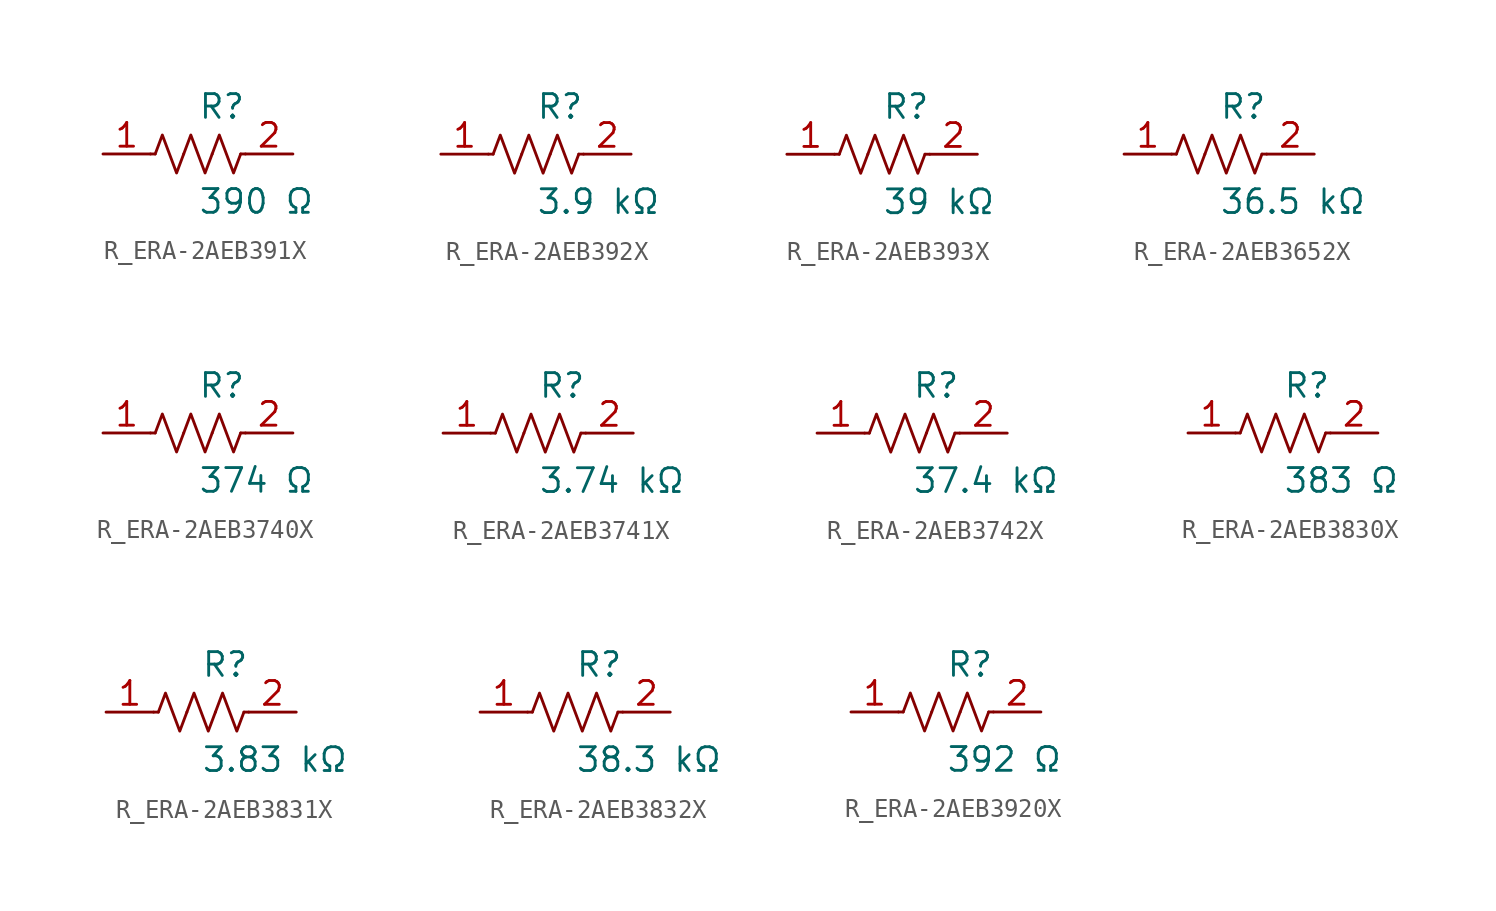
<source format=kicad_sym>
(kicad_symbol_lib
  (version 20231120)
  (generator kicad_symbol_editor)
  (generator_version 8.0)
  (symbol "R_ERA-2AEB391X"
    (pin_names
      (offset 0.254))
    (property "Reference" "R"
      (at 0.0 2.54 0)
      (effects (font (size 1.27 1.27)) (justify left)))
    (property "Value" "390 Ω"
      (at 0.0 -2.54 0)
      (effects (font (size 1.27 1.27)) (justify left)))
    (symbol "R_ERA-2AEB391X_0_1"
      (polyline (pts (xy 2.286 0) (xy 2.54 0)) (stroke (width 0) (type default)) (fill (type none)))
      (polyline (pts (xy -2.286 0) (xy -2.54 0)) (stroke (width 0) (type default)) (fill (type none)))
      (polyline (pts (xy 0.762 0) (xy 1.143 1.016) (xy 1.524 0) (xy 1.905 -1.016) (xy 2.286 0)) (stroke (width 0) (type default)) (fill (type none)))
      (polyline (pts (xy -0.762 0) (xy -0.381 1.016) (xy 0 0) (xy 0.381 -1.016) (xy 0.762 0)) (stroke (width 0) (type default)) (fill (type none)))
      (polyline (pts (xy -2.286 0) (xy -1.905 1.016) (xy -1.524 0) (xy -1.143 -1.016) (xy -0.762 0)) (stroke (width 0) (type default)) (fill (type none))))
    (pin unspecified line
      (at -5.08 0 0)
      (length 2.54)
      (name "" (effects (font (size 1.27 1.27))))
      (number "1" (effects (font (size 1.27 1.27)))))
    (pin unspecified line
      (at 5.08 0 180)
      (length 2.54)
      (name "" (effects (font (size 1.27 1.27))))
      (number "2" (effects (font (size 1.27 1.27))))))
  (symbol "R_ERA-2AEB392X"
    (pin_names
      (offset 0.254))
    (property "Reference" "R"
      (at 0.0 2.54 0)
      (effects (font (size 1.27 1.27)) (justify left)))
    (property "Value" "3.9 kΩ"
      (at 0.0 -2.54 0)
      (effects (font (size 1.27 1.27)) (justify left)))
    (symbol "R_ERA-2AEB392X_0_1"
      (polyline (pts (xy 2.286 0) (xy 2.54 0)) (stroke (width 0) (type default)) (fill (type none)))
      (polyline (pts (xy -2.286 0) (xy -2.54 0)) (stroke (width 0) (type default)) (fill (type none)))
      (polyline (pts (xy 0.762 0) (xy 1.143 1.016) (xy 1.524 0) (xy 1.905 -1.016) (xy 2.286 0)) (stroke (width 0) (type default)) (fill (type none)))
      (polyline (pts (xy -0.762 0) (xy -0.381 1.016) (xy 0 0) (xy 0.381 -1.016) (xy 0.762 0)) (stroke (width 0) (type default)) (fill (type none)))
      (polyline (pts (xy -2.286 0) (xy -1.905 1.016) (xy -1.524 0) (xy -1.143 -1.016) (xy -0.762 0)) (stroke (width 0) (type default)) (fill (type none))))
    (pin unspecified line
      (at -5.08 0 0)
      (length 2.54)
      (name "" (effects (font (size 1.27 1.27))))
      (number "1" (effects (font (size 1.27 1.27)))))
    (pin unspecified line
      (at 5.08 0 180)
      (length 2.54)
      (name "" (effects (font (size 1.27 1.27))))
      (number "2" (effects (font (size 1.27 1.27))))))
  (symbol "R_ERA-2AEB393X"
    (pin_names
      (offset 0.254))
    (property "Reference" "R"
      (at 0.0 2.54 0)
      (effects (font (size 1.27 1.27)) (justify left)))
    (property "Value" "39 kΩ"
      (at 0.0 -2.54 0)
      (effects (font (size 1.27 1.27)) (justify left)))
    (symbol "R_ERA-2AEB393X_0_1"
      (polyline (pts (xy 2.286 0) (xy 2.54 0)) (stroke (width 0) (type default)) (fill (type none)))
      (polyline (pts (xy -2.286 0) (xy -2.54 0)) (stroke (width 0) (type default)) (fill (type none)))
      (polyline (pts (xy 0.762 0) (xy 1.143 1.016) (xy 1.524 0) (xy 1.905 -1.016) (xy 2.286 0)) (stroke (width 0) (type default)) (fill (type none)))
      (polyline (pts (xy -0.762 0) (xy -0.381 1.016) (xy 0 0) (xy 0.381 -1.016) (xy 0.762 0)) (stroke (width 0) (type default)) (fill (type none)))
      (polyline (pts (xy -2.286 0) (xy -1.905 1.016) (xy -1.524 0) (xy -1.143 -1.016) (xy -0.762 0)) (stroke (width 0) (type default)) (fill (type none))))
    (pin unspecified line
      (at -5.08 0 0)
      (length 2.54)
      (name "" (effects (font (size 1.27 1.27))))
      (number "1" (effects (font (size 1.27 1.27)))))
    (pin unspecified line
      (at 5.08 0 180)
      (length 2.54)
      (name "" (effects (font (size 1.27 1.27))))
      (number "2" (effects (font (size 1.27 1.27))))))
  (symbol "R_ERA-2AEB3652X"
    (pin_names
      (offset 0.254))
    (property "Reference" "R"
      (at 0.0 2.54 0)
      (effects (font (size 1.27 1.27)) (justify left)))
    (property "Value" "36.5 kΩ"
      (at 0.0 -2.54 0)
      (effects (font (size 1.27 1.27)) (justify left)))
    (symbol "R_ERA-2AEB3652X_0_1"
      (polyline (pts (xy 2.286 0) (xy 2.54 0)) (stroke (width 0) (type default)) (fill (type none)))
      (polyline (pts (xy -2.286 0) (xy -2.54 0)) (stroke (width 0) (type default)) (fill (type none)))
      (polyline (pts (xy 0.762 0) (xy 1.143 1.016) (xy 1.524 0) (xy 1.905 -1.016) (xy 2.286 0)) (stroke (width 0) (type default)) (fill (type none)))
      (polyline (pts (xy -0.762 0) (xy -0.381 1.016) (xy 0 0) (xy 0.381 -1.016) (xy 0.762 0)) (stroke (width 0) (type default)) (fill (type none)))
      (polyline (pts (xy -2.286 0) (xy -1.905 1.016) (xy -1.524 0) (xy -1.143 -1.016) (xy -0.762 0)) (stroke (width 0) (type default)) (fill (type none))))
    (pin unspecified line
      (at -5.08 0 0)
      (length 2.54)
      (name "" (effects (font (size 1.27 1.27))))
      (number "1" (effects (font (size 1.27 1.27)))))
    (pin unspecified line
      (at 5.08 0 180)
      (length 2.54)
      (name "" (effects (font (size 1.27 1.27))))
      (number "2" (effects (font (size 1.27 1.27))))))
  (symbol "R_ERA-2AEB3740X"
    (pin_names
      (offset 0.254))
    (property "Reference" "R"
      (at 0.0 2.54 0)
      (effects (font (size 1.27 1.27)) (justify left)))
    (property "Value" "374 Ω"
      (at 0.0 -2.54 0)
      (effects (font (size 1.27 1.27)) (justify left)))
    (symbol "R_ERA-2AEB3740X_0_1"
      (polyline (pts (xy 2.286 0) (xy 2.54 0)) (stroke (width 0) (type default)) (fill (type none)))
      (polyline (pts (xy -2.286 0) (xy -2.54 0)) (stroke (width 0) (type default)) (fill (type none)))
      (polyline (pts (xy 0.762 0) (xy 1.143 1.016) (xy 1.524 0) (xy 1.905 -1.016) (xy 2.286 0)) (stroke (width 0) (type default)) (fill (type none)))
      (polyline (pts (xy -0.762 0) (xy -0.381 1.016) (xy 0 0) (xy 0.381 -1.016) (xy 0.762 0)) (stroke (width 0) (type default)) (fill (type none)))
      (polyline (pts (xy -2.286 0) (xy -1.905 1.016) (xy -1.524 0) (xy -1.143 -1.016) (xy -0.762 0)) (stroke (width 0) (type default)) (fill (type none))))
    (pin unspecified line
      (at -5.08 0 0)
      (length 2.54)
      (name "" (effects (font (size 1.27 1.27))))
      (number "1" (effects (font (size 1.27 1.27)))))
    (pin unspecified line
      (at 5.08 0 180)
      (length 2.54)
      (name "" (effects (font (size 1.27 1.27))))
      (number "2" (effects (font (size 1.27 1.27))))))
  (symbol "R_ERA-2AEB3741X"
    (pin_names
      (offset 0.254))
    (property "Reference" "R"
      (at 0.0 2.54 0)
      (effects (font (size 1.27 1.27)) (justify left)))
    (property "Value" "3.74 kΩ"
      (at 0.0 -2.54 0)
      (effects (font (size 1.27 1.27)) (justify left)))
    (symbol "R_ERA-2AEB3741X_0_1"
      (polyline (pts (xy 2.286 0) (xy 2.54 0)) (stroke (width 0) (type default)) (fill (type none)))
      (polyline (pts (xy -2.286 0) (xy -2.54 0)) (stroke (width 0) (type default)) (fill (type none)))
      (polyline (pts (xy 0.762 0) (xy 1.143 1.016) (xy 1.524 0) (xy 1.905 -1.016) (xy 2.286 0)) (stroke (width 0) (type default)) (fill (type none)))
      (polyline (pts (xy -0.762 0) (xy -0.381 1.016) (xy 0 0) (xy 0.381 -1.016) (xy 0.762 0)) (stroke (width 0) (type default)) (fill (type none)))
      (polyline (pts (xy -2.286 0) (xy -1.905 1.016) (xy -1.524 0) (xy -1.143 -1.016) (xy -0.762 0)) (stroke (width 0) (type default)) (fill (type none))))
    (pin unspecified line
      (at -5.08 0 0)
      (length 2.54)
      (name "" (effects (font (size 1.27 1.27))))
      (number "1" (effects (font (size 1.27 1.27)))))
    (pin unspecified line
      (at 5.08 0 180)
      (length 2.54)
      (name "" (effects (font (size 1.27 1.27))))
      (number "2" (effects (font (size 1.27 1.27))))))
  (symbol "R_ERA-2AEB3742X"
    (pin_names
      (offset 0.254))
    (property "Reference" "R"
      (at 0.0 2.54 0)
      (effects (font (size 1.27 1.27)) (justify left)))
    (property "Value" "37.4 kΩ"
      (at 0.0 -2.54 0)
      (effects (font (size 1.27 1.27)) (justify left)))
    (symbol "R_ERA-2AEB3742X_0_1"
      (polyline (pts (xy 2.286 0) (xy 2.54 0)) (stroke (width 0) (type default)) (fill (type none)))
      (polyline (pts (xy -2.286 0) (xy -2.54 0)) (stroke (width 0) (type default)) (fill (type none)))
      (polyline (pts (xy 0.762 0) (xy 1.143 1.016) (xy 1.524 0) (xy 1.905 -1.016) (xy 2.286 0)) (stroke (width 0) (type default)) (fill (type none)))
      (polyline (pts (xy -0.762 0) (xy -0.381 1.016) (xy 0 0) (xy 0.381 -1.016) (xy 0.762 0)) (stroke (width 0) (type default)) (fill (type none)))
      (polyline (pts (xy -2.286 0) (xy -1.905 1.016) (xy -1.524 0) (xy -1.143 -1.016) (xy -0.762 0)) (stroke (width 0) (type default)) (fill (type none))))
    (pin unspecified line
      (at -5.08 0 0)
      (length 2.54)
      (name "" (effects (font (size 1.27 1.27))))
      (number "1" (effects (font (size 1.27 1.27)))))
    (pin unspecified line
      (at 5.08 0 180)
      (length 2.54)
      (name "" (effects (font (size 1.27 1.27))))
      (number "2" (effects (font (size 1.27 1.27))))))
  (symbol "R_ERA-2AEB3830X"
    (pin_names
      (offset 0.254))
    (property "Reference" "R"
      (at 0.0 2.54 0)
      (effects (font (size 1.27 1.27)) (justify left)))
    (property "Value" "383 Ω"
      (at 0.0 -2.54 0)
      (effects (font (size 1.27 1.27)) (justify left)))
    (symbol "R_ERA-2AEB3830X_0_1"
      (polyline (pts (xy 2.286 0) (xy 2.54 0)) (stroke (width 0) (type default)) (fill (type none)))
      (polyline (pts (xy -2.286 0) (xy -2.54 0)) (stroke (width 0) (type default)) (fill (type none)))
      (polyline (pts (xy 0.762 0) (xy 1.143 1.016) (xy 1.524 0) (xy 1.905 -1.016) (xy 2.286 0)) (stroke (width 0) (type default)) (fill (type none)))
      (polyline (pts (xy -0.762 0) (xy -0.381 1.016) (xy 0 0) (xy 0.381 -1.016) (xy 0.762 0)) (stroke (width 0) (type default)) (fill (type none)))
      (polyline (pts (xy -2.286 0) (xy -1.905 1.016) (xy -1.524 0) (xy -1.143 -1.016) (xy -0.762 0)) (stroke (width 0) (type default)) (fill (type none))))
    (pin unspecified line
      (at -5.08 0 0)
      (length 2.54)
      (name "" (effects (font (size 1.27 1.27))))
      (number "1" (effects (font (size 1.27 1.27)))))
    (pin unspecified line
      (at 5.08 0 180)
      (length 2.54)
      (name "" (effects (font (size 1.27 1.27))))
      (number "2" (effects (font (size 1.27 1.27))))))
  (symbol "R_ERA-2AEB3831X"
    (pin_names
      (offset 0.254))
    (property "Reference" "R"
      (at 0.0 2.54 0)
      (effects (font (size 1.27 1.27)) (justify left)))
    (property "Value" "3.83 kΩ"
      (at 0.0 -2.54 0)
      (effects (font (size 1.27 1.27)) (justify left)))
    (symbol "R_ERA-2AEB3831X_0_1"
      (polyline (pts (xy 2.286 0) (xy 2.54 0)) (stroke (width 0) (type default)) (fill (type none)))
      (polyline (pts (xy -2.286 0) (xy -2.54 0)) (stroke (width 0) (type default)) (fill (type none)))
      (polyline (pts (xy 0.762 0) (xy 1.143 1.016) (xy 1.524 0) (xy 1.905 -1.016) (xy 2.286 0)) (stroke (width 0) (type default)) (fill (type none)))
      (polyline (pts (xy -0.762 0) (xy -0.381 1.016) (xy 0 0) (xy 0.381 -1.016) (xy 0.762 0)) (stroke (width 0) (type default)) (fill (type none)))
      (polyline (pts (xy -2.286 0) (xy -1.905 1.016) (xy -1.524 0) (xy -1.143 -1.016) (xy -0.762 0)) (stroke (width 0) (type default)) (fill (type none))))
    (pin unspecified line
      (at -5.08 0 0)
      (length 2.54)
      (name "" (effects (font (size 1.27 1.27))))
      (number "1" (effects (font (size 1.27 1.27)))))
    (pin unspecified line
      (at 5.08 0 180)
      (length 2.54)
      (name "" (effects (font (size 1.27 1.27))))
      (number "2" (effects (font (size 1.27 1.27))))))
  (symbol "R_ERA-2AEB3832X"
    (pin_names
      (offset 0.254))
    (property "Reference" "R"
      (at 0.0 2.54 0)
      (effects (font (size 1.27 1.27)) (justify left)))
    (property "Value" "38.3 kΩ"
      (at 0.0 -2.54 0)
      (effects (font (size 1.27 1.27)) (justify left)))
    (symbol "R_ERA-2AEB3832X_0_1"
      (polyline (pts (xy 2.286 0) (xy 2.54 0)) (stroke (width 0) (type default)) (fill (type none)))
      (polyline (pts (xy -2.286 0) (xy -2.54 0)) (stroke (width 0) (type default)) (fill (type none)))
      (polyline (pts (xy 0.762 0) (xy 1.143 1.016) (xy 1.524 0) (xy 1.905 -1.016) (xy 2.286 0)) (stroke (width 0) (type default)) (fill (type none)))
      (polyline (pts (xy -0.762 0) (xy -0.381 1.016) (xy 0 0) (xy 0.381 -1.016) (xy 0.762 0)) (stroke (width 0) (type default)) (fill (type none)))
      (polyline (pts (xy -2.286 0) (xy -1.905 1.016) (xy -1.524 0) (xy -1.143 -1.016) (xy -0.762 0)) (stroke (width 0) (type default)) (fill (type none))))
    (pin unspecified line
      (at -5.08 0 0)
      (length 2.54)
      (name "" (effects (font (size 1.27 1.27))))
      (number "1" (effects (font (size 1.27 1.27)))))
    (pin unspecified line
      (at 5.08 0 180)
      (length 2.54)
      (name "" (effects (font (size 1.27 1.27))))
      (number "2" (effects (font (size 1.27 1.27))))))
  (symbol "R_ERA-2AEB3920X"
    (pin_names
      (offset 0.254))
    (property "Reference" "R"
      (at 0.0 2.54 0)
      (effects (font (size 1.27 1.27)) (justify left)))
    (property "Value" "392 Ω"
      (at 0.0 -2.54 0)
      (effects (font (size 1.27 1.27)) (justify left)))
    (symbol "R_ERA-2AEB3920X_0_1"
      (polyline (pts (xy 2.286 0) (xy 2.54 0)) (stroke (width 0) (type default)) (fill (type none)))
      (polyline (pts (xy -2.286 0) (xy -2.54 0)) (stroke (width 0) (type default)) (fill (type none)))
      (polyline (pts (xy 0.762 0) (xy 1.143 1.016) (xy 1.524 0) (xy 1.905 -1.016) (xy 2.286 0)) (stroke (width 0) (type default)) (fill (type none)))
      (polyline (pts (xy -0.762 0) (xy -0.381 1.016) (xy 0 0) (xy 0.381 -1.016) (xy 0.762 0)) (stroke (width 0) (type default)) (fill (type none)))
      (polyline (pts (xy -2.286 0) (xy -1.905 1.016) (xy -1.524 0) (xy -1.143 -1.016) (xy -0.762 0)) (stroke (width 0) (type default)) (fill (type none))))
    (pin unspecified line
      (at -5.08 0 0)
      (length 2.54)
      (name "" (effects (font (size 1.27 1.27))))
      (number "1" (effects (font (size 1.27 1.27)))))
    (pin unspecified line
      (at 5.08 0 180)
      (length 2.54)
      (name "" (effects (font (size 1.27 1.27))))
      (number "2" (effects (font (size 1.27 1.27)))))))
</source>
